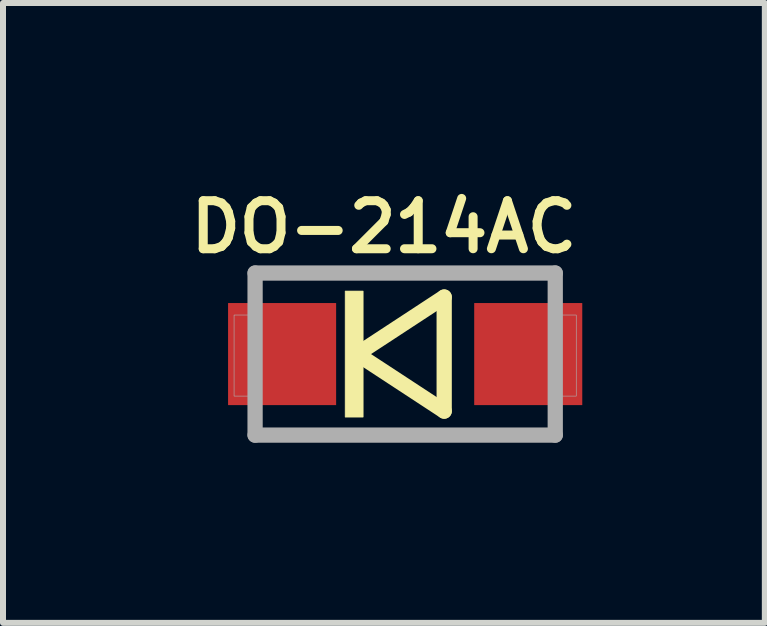
<source format=kicad_pcb>
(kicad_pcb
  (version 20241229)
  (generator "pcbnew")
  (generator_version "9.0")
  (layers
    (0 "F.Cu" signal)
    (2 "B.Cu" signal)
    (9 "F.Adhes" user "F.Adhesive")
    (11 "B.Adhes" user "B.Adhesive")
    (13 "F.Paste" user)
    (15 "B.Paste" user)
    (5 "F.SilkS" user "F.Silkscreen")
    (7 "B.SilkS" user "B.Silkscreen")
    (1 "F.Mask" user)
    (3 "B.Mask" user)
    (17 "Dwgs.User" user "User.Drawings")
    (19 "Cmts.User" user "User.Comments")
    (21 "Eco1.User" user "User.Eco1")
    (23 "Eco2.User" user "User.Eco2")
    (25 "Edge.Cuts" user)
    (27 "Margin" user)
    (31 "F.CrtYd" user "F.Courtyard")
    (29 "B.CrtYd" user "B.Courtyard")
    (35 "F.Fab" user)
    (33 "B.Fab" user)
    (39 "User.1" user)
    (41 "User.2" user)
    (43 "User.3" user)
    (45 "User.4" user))
  (footprint "DO-214AC"
    (layer "F.Cu")
    (at 3.699 2.848)
    (property "Reference" "DO-214AC" (at -0.354 -2.117 0) (layer "F.SilkS") (effects (font (size 0.8 0.8) (thickness 0.15))))
    (attr smd)
    (fp_line (start -0.8 0) (end 0.65 -0.95) (stroke (width 0.254) (type solid)) (layer "F.SilkS"))
    (fp_line (start 0.65 -0.95) (end 0.65 0.95) (stroke (width 0.254) (type solid)) (layer "F.SilkS"))
    (fp_line (start 0.65 0.95) (end -0.8 0) (stroke (width 0.254) (type solid)) (layer "F.SilkS"))
    (fp_poly (pts (xy -1 -1.05) (xy -0.7 -1.05) (xy -0.7 1.05) (xy -1 1.05)) (stroke (width 0.01) (type solid)) (fill yes) (layer "F.SilkS"))
    (fp_line (start -2.5 -1.35) (end 2.5 -1.35) (stroke (width 0.254) (type solid)) (layer "F.Fab"))
    (fp_line (start -2.5 1.35) (end -2.5 -1.35) (stroke (width 0.254) (type solid)) (layer "F.Fab"))
    (fp_line (start 2.5 -1.35) (end 2.5 1.35) (stroke (width 0.254) (type solid)) (layer "F.Fab"))
    (fp_line (start 2.5 1.35) (end -2.5 1.35) (stroke (width 0.254) (type solid)) (layer "F.Fab"))
    (fp_poly (pts (xy -2.85 -0.65) (xy -2.6 -0.65) (xy -2.6 0.7) (xy -2.85 0.7)) (stroke (width 0.01) (type solid)) (fill no) (layer "F.Fab"))
    (fp_poly (pts (xy 2.6 -0.65) (xy 2.85 -0.65) (xy 2.85 0.7) (xy 2.6 0.7)) (stroke (width 0.01) (type solid)) (fill no) (layer "F.Fab"))
    (pad "A" smd rect (at 2.05 0) (size 1.8 1.7) (layers "F.Cu" "F.Mask" "F.Paste"))
    (pad "C" smd rect (at -2.05 0) (size 1.8 1.7) (layers "F.Cu" "F.Mask" "F.Paste")))
  (gr_rect
    (start -3 -3)
    (end 9.69 7.325)
    (stroke (width 0.1) (type default))
    (fill no)
    (layer "Edge.Cuts")))
</source>
